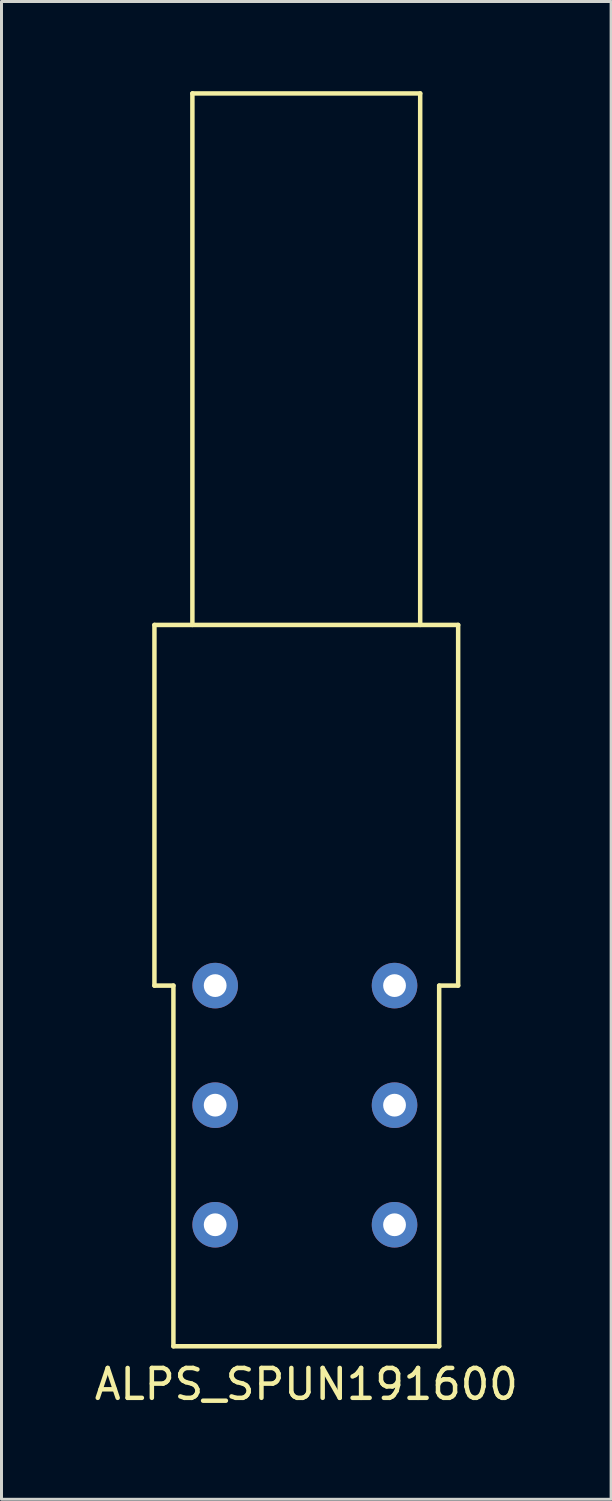
<source format=kicad_pcb>
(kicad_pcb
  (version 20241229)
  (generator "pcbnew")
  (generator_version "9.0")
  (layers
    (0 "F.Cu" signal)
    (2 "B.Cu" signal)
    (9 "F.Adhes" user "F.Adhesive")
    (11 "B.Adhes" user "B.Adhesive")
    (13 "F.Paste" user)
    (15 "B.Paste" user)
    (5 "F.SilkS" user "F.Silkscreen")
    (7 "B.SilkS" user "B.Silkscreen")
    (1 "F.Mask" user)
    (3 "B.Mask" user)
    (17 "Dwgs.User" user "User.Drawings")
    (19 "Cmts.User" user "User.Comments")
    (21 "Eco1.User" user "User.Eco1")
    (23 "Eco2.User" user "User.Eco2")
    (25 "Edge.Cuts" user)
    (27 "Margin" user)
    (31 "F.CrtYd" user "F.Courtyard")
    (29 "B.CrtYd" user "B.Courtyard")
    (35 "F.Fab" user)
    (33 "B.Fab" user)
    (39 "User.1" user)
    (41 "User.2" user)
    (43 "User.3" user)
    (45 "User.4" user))
  (footprint "ALPS_SPUN191600"
    (layer "F.Cu")
    (at 7.196 29.92)
    (property "Reference" "ALPS_SPUN191600" (at 0 13.335 0) (layer "F.SilkS") (effects (font (size 1 1) (thickness 0.15))))
    (attr through_hole)
    (fp_line (start -5.08 -12.065) (end -5.08 0) (stroke (width 0.15) (type solid)) (layer "F.SilkS"))
    (fp_line (start -4.445 0) (end -5.08 0) (stroke (width 0.15) (type solid)) (layer "F.SilkS"))
    (fp_line (start -4.445 0) (end -4.445 12.065) (stroke (width 0.15) (type solid)) (layer "F.SilkS"))
    (fp_line (start -4.445 12.065) (end 4.445 12.065) (stroke (width 0.15) (type solid)) (layer "F.SilkS"))
    (fp_line (start -3.81 -29.845) (end 3.81 -29.845) (stroke (width 0.15) (type solid)) (layer "F.SilkS"))
    (fp_line (start -3.81 -12.065) (end -3.81 -29.845) (stroke (width 0.15) (type solid)) (layer "F.SilkS"))
    (fp_line (start 3.81 -29.845) (end 3.81 -12.065) (stroke (width 0.15) (type solid)) (layer "F.SilkS"))
    (fp_line (start 4.445 0) (end 5.08 0) (stroke (width 0.15) (type solid)) (layer "F.SilkS"))
    (fp_line (start 4.445 12.065) (end 4.445 0) (stroke (width 0.15) (type solid)) (layer "F.SilkS"))
    (fp_line (start 5.08 -12.065) (end -5.08 -12.065) (stroke (width 0.15) (type solid)) (layer "F.SilkS"))
    (fp_line (start 5.08 0) (end 5.08 -12.065) (stroke (width 0.15) (type solid)) (layer "F.SilkS"))
    (pad "1" thru_hole circle (at 2.952 0) (size 1.524 1.524) (drill 0.762) (layers "*.Cu" "*.Mask"))
    (pad "2" thru_hole circle (at 2.952 4) (size 1.524 1.524) (drill 0.762) (layers "*.Cu" "*.Mask"))
    (pad "3" thru_hole circle (at 2.952 8) (size 1.524 1.524) (drill 0.762) (layers "*.Cu" "*.Mask"))
    (pad "4" thru_hole circle (at -3.048 0) (size 1.524 1.524) (drill 0.762) (layers "*.Cu" "*.Mask"))
    (pad "5" thru_hole circle (at -3.048 4) (size 1.524 1.524) (drill 0.762) (layers "*.Cu" "*.Mask"))
    (pad "6" thru_hole circle (at -3.048 8) (size 1.524 1.524) (drill 0.762) (layers "*.Cu" "*.Mask")))
  (gr_rect
    (start -3 -3)
    (end 17.393 47.103)
    (stroke (width 0.1) (type default))
    (fill no)
    (layer "Edge.Cuts")))
</source>
